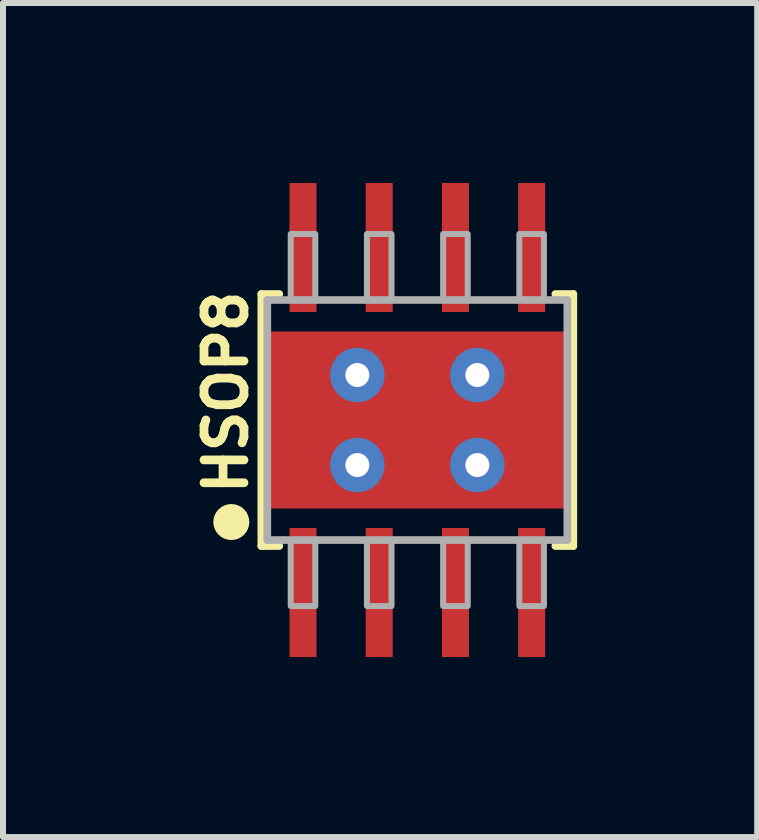
<source format=kicad_pcb>
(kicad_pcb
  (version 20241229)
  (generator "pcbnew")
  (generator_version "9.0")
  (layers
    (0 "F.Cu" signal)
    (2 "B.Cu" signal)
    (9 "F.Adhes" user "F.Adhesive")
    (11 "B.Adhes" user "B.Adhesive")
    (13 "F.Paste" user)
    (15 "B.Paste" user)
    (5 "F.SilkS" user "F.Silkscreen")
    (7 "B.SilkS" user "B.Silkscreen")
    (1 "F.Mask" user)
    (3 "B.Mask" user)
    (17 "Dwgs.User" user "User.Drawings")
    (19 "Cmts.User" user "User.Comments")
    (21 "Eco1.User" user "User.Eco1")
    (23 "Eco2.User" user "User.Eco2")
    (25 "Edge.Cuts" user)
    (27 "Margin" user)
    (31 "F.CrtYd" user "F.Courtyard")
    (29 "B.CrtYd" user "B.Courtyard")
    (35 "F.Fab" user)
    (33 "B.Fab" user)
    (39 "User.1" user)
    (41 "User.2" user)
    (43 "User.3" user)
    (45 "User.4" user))
  (footprint "HSOP8"
    (layer "F.Cu")
    (at 3.905 3.95)
    (property "Reference" "HSOP8" (at -2.8 1.3 90) (layer "F.SilkS") (effects (font (size 0.666 0.666) (thickness 0.146)) (justify left bottom)))
    (fp_poly (pts (xy -1.55 1.2) (xy 1.55 1.2) (xy 1.55 -1.2) (xy -1.55 -1.2)) (stroke (width 0) (type default)) (fill yes) (layer "F.Mask"))
    (fp_line (start -2.6 -2.1) (end -2.6 2.1) (stroke (width 0.127) (type solid)) (layer "F.SilkS"))
    (fp_line (start -2.6 2.1) (end -2.3 2.1) (stroke (width 0.127) (type solid)) (layer "F.SilkS"))
    (fp_line (start -2.3 -2.1) (end -2.6 -2.1) (stroke (width 0.127) (type solid)) (layer "F.SilkS"))
    (fp_line (start 2.3 -2.1) (end 2.6 -2.1) (stroke (width 0.127) (type solid)) (layer "F.SilkS"))
    (fp_line (start 2.6 -2.1) (end 2.6 2.1) (stroke (width 0.127) (type solid)) (layer "F.SilkS"))
    (fp_line (start 2.6 2.1) (end 2.3 2.1) (stroke (width 0.127) (type solid)) (layer "F.SilkS"))
    (fp_circle (center -3.1 1.7) (end -2.95 1.7) (stroke (width 0.3) (type solid)) (fill no) (layer "F.SilkS"))
    (fp_poly (pts (xy 0.564 -0.526) (xy 0.776 -0.314) (xy 1.313 -0.314) (xy 1.313 0.314) (xy 0.776 0.314) (xy 0.564 0.526) (xy 0.564 1.063) (xy -0.564 1.063) (xy -0.564 0.526) (xy -0.776 0.314) (xy -1.313 0.314) (xy -1.313 -0.314) (xy -0.776 -0.314) (xy -0.564 -0.526) (xy -0.564 -1.063) (xy 0.564 -1.063)) (stroke (width 0) (type default)) (fill yes) (layer "F.Paste"))
    (fp_line (start -2.5 -2) (end 2.5 -2) (stroke (width 0.127) (type solid)) (layer "F.Fab"))
    (fp_line (start -2.5 2) (end -2.5 -2) (stroke (width 0.127) (type solid)) (layer "F.Fab"))
    (fp_line (start 2.5 -2) (end 2.5 2) (stroke (width 0.127) (type solid)) (layer "F.Fab"))
    (fp_line (start 2.5 2) (end -2.5 2) (stroke (width 0.127) (type solid)) (layer "F.Fab"))
    (fp_poly (pts (xy -2.11 -2) (xy -1.7 -2) (xy -1.7 -3.1) (xy -2.11 -3.1)) (stroke (width 0.1) (type default)) (fill no) (layer "F.Fab"))
    (fp_poly (pts (xy -2.11 3.1) (xy -1.7 3.1) (xy -1.7 2) (xy -2.11 2)) (stroke (width 0.1) (type default)) (fill no) (layer "F.Fab"))
    (fp_poly (pts (xy -0.84 -2) (xy -0.43 -2) (xy -0.43 -3.1) (xy -0.84 -3.1)) (stroke (width 0.1) (type default)) (fill no) (layer "F.Fab"))
    (fp_poly (pts (xy -0.84 3.1) (xy -0.43 3.1) (xy -0.43 2) (xy -0.84 2)) (stroke (width 0.1) (type default)) (fill no) (layer "F.Fab"))
    (fp_poly (pts (xy 0.43 -2) (xy 0.84 -2) (xy 0.84 -3.1) (xy 0.43 -3.1)) (stroke (width 0.1) (type default)) (fill no) (layer "F.Fab"))
    (fp_poly (pts (xy 0.43 3.1) (xy 0.84 3.1) (xy 0.84 2) (xy 0.43 2)) (stroke (width 0.1) (type default)) (fill no) (layer "F.Fab"))
    (fp_poly (pts (xy 1.7 -2) (xy 2.11 -2) (xy 2.11 -3.1) (xy 1.7 -3.1)) (stroke (width 0.1) (type default)) (fill no) (layer "F.Fab"))
    (fp_poly (pts (xy 1.7 3.1) (xy 2.11 3.1) (xy 2.11 2) (xy 1.7 2)) (stroke (width 0.1) (type default)) (fill no) (layer "F.Fab"))
    (pad "1" smd rect (at -1.905 2.875 90) (size 2.15 0.45) (layers "F.Cu" "F.Mask" "F.Paste"))
    (pad "2" smd rect (at -0.635 2.875 90) (size 2.15 0.45) (layers "F.Cu" "F.Mask" "F.Paste"))
    (pad "3" smd rect (at 0.635 2.875 90) (size 2.15 0.45) (layers "F.Cu" "F.Mask" "F.Paste"))
    (pad "4" smd rect (at 1.905 2.875 90) (size 2.15 0.45) (layers "F.Cu" "F.Mask" "F.Paste"))
    (pad "5" smd rect (at 1.905 -2.875 90) (size 2.15 0.45) (layers "F.Cu" "F.Mask" "F.Paste"))
    (pad "6" smd rect (at 0.635 -2.875 90) (size 2.15 0.45) (layers "F.Cu" "F.Mask" "F.Paste"))
    (pad "7" smd rect (at -0.635 -2.875 90) (size 2.15 0.45) (layers "F.Cu" "F.Mask" "F.Paste"))
    (pad "8" smd rect (at -1.905 -2.875 90) (size 2.15 0.45) (layers "F.Cu" "F.Mask" "F.Paste"))
    (pad "GND" smd rect (at 0 0 90) (size 2.95 4.9) (layers "F.Cu"))
    (pad "P$1" thru_hole circle (at -1 -0.75) (size 0.908 0.908) (drill 0.4) (layers "*.Cu" "*.Mask"))
    (pad "P$2" thru_hole circle (at -1 0.75) (size 0.908 0.908) (drill 0.4) (layers "*.Cu" "*.Mask"))
    (pad "P$3" thru_hole circle (at 1 0.75) (size 0.908 0.908) (drill 0.4) (layers "*.Cu" "*.Mask"))
    (pad "P$4" thru_hole circle (at 1 -0.75) (size 0.908 0.908) (drill 0.4) (layers "*.Cu" "*.Mask")))
  (gr_rect
    (start -3 -3)
    (end 9.569 10.9)
    (stroke (width 0.1) (type default))
    (fill no)
    (layer "Edge.Cuts")))
</source>
